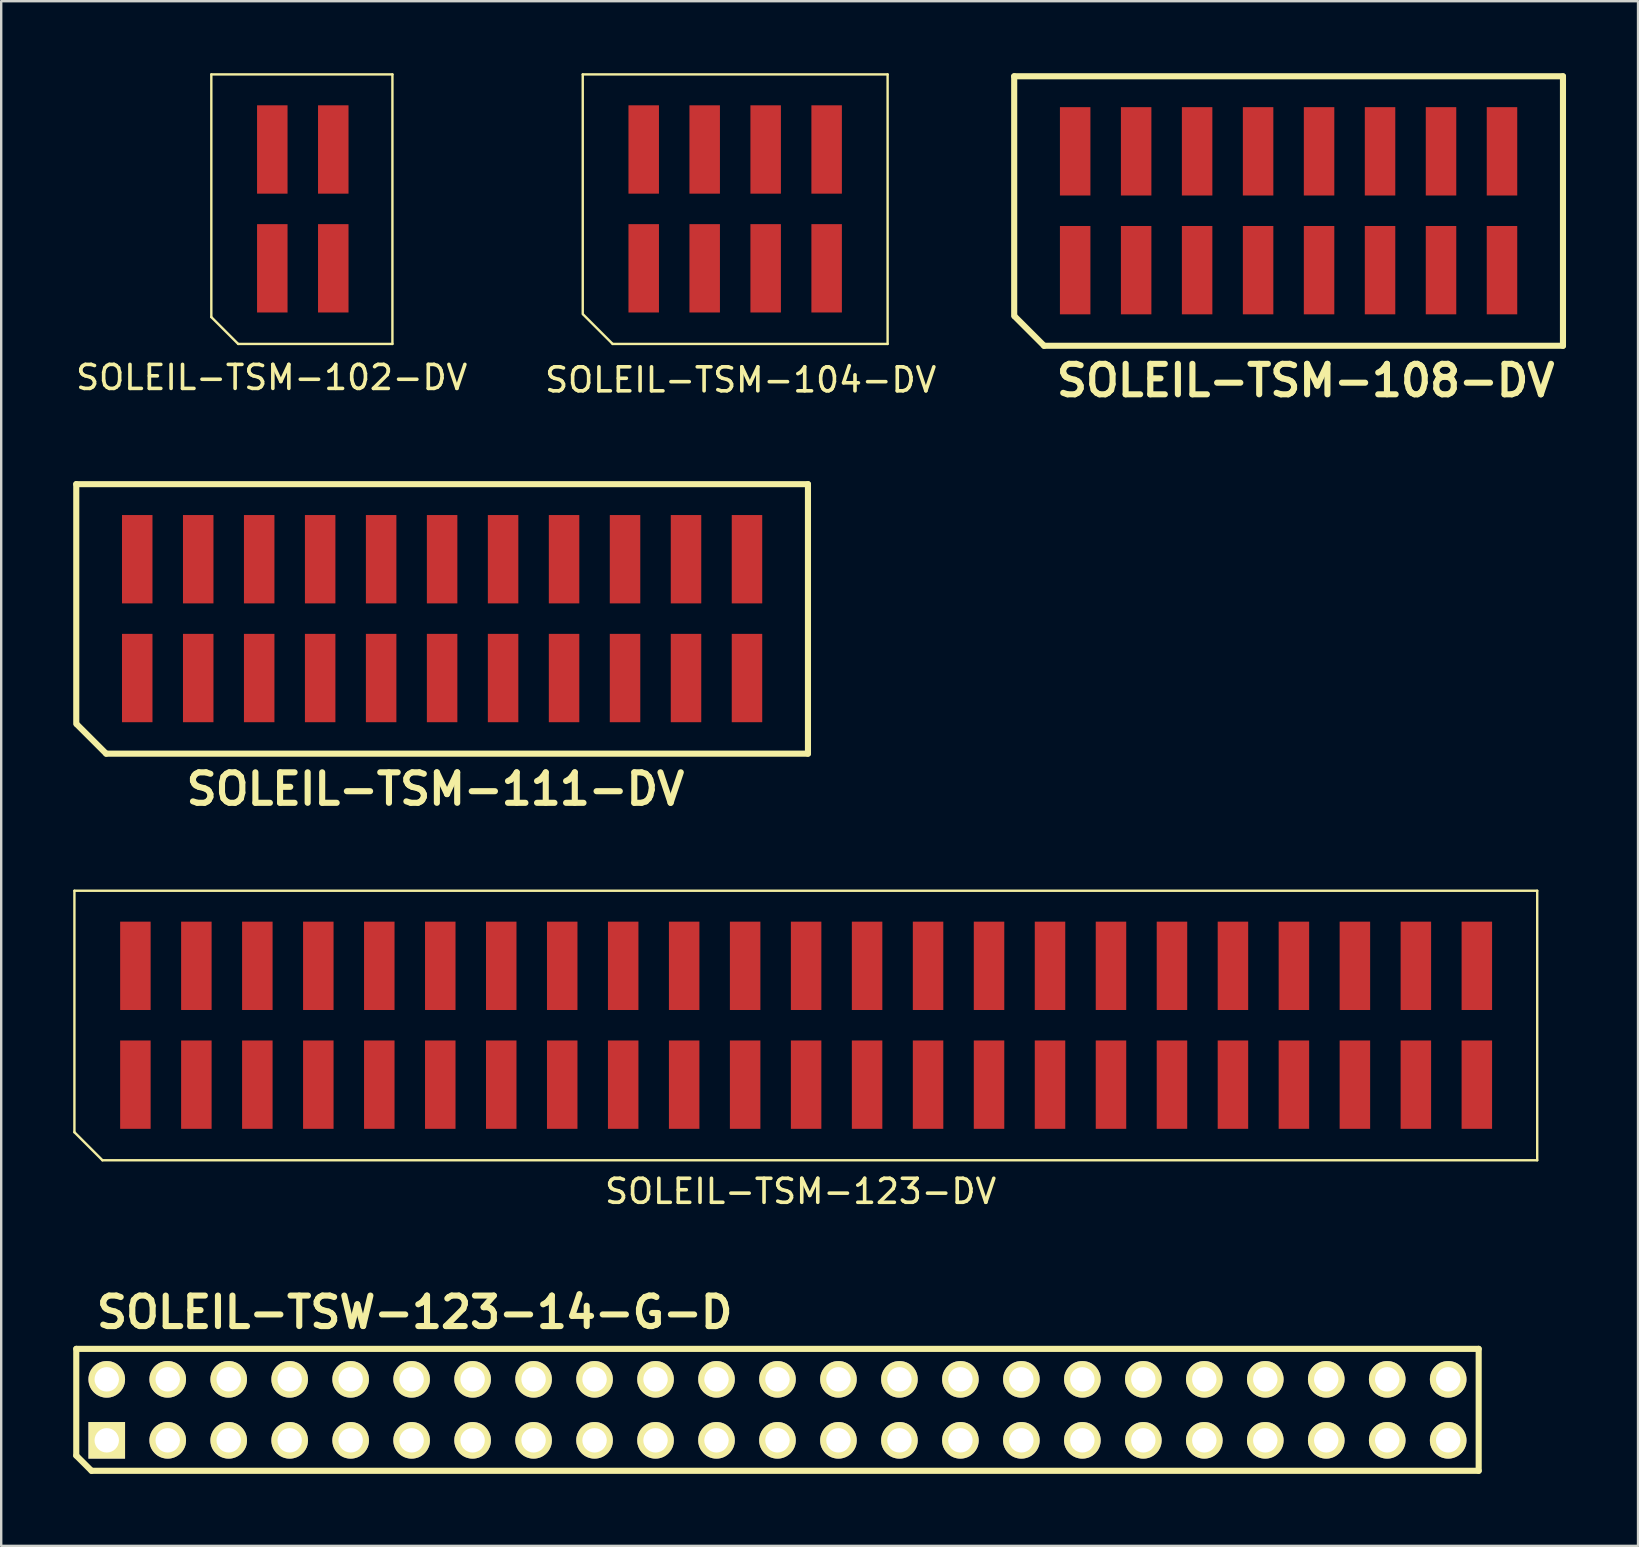
<source format=kicad_pcb>
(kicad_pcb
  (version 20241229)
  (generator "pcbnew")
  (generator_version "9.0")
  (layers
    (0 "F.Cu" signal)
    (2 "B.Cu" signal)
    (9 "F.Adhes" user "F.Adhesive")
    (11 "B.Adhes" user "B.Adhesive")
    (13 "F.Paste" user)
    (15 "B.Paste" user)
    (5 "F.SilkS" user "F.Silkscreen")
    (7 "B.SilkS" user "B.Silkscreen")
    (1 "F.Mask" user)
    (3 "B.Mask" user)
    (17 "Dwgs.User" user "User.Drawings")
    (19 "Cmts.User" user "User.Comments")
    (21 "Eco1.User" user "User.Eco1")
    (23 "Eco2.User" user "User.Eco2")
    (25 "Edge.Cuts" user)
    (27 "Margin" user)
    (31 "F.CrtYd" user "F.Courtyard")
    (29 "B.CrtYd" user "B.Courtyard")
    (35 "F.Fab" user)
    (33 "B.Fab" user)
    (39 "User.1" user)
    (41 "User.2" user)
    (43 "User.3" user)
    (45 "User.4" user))
  (footprint "SOLEIL-TSM-123-DV"
    (layer "F.Cu")
    (at 2.59 42.133)
    (property "Reference" "SOLEIL-TSM-123-DV" (at 27.711 4.445 0) (layer "F.SilkS") (effects (font (size 1 1) (thickness 0.15))))
    (attr through_hole)
    (fp_line (start -2.54 -8.077) (end 58.395 -8.077) (stroke (width 0.1) (type solid)) (layer "F.SilkS"))
    (fp_line (start -2.54 1.981) (end -2.54 -8.077) (stroke (width 0.1) (type solid)) (layer "F.SilkS"))
    (fp_line (start -2.54 1.981) (end -1.372 3.15) (stroke (width 0.1) (type solid)) (layer "F.SilkS"))
    (fp_line (start -1.372 3.15) (end 58.395 3.15) (stroke (width 0.1) (type solid)) (layer "F.SilkS"))
    (fp_line (start 58.395 -8.077) (end 58.395 3.15) (stroke (width 0.1) (type solid)) (layer "F.SilkS"))
    (pad "1" smd rect (at 0 0) (size 1.27 3.68) (layers "F.Cu" "F.Mask" "F.Paste"))
    (pad "2" smd rect (at 0 -4.95) (size 1.27 3.68) (layers "F.Cu" "F.Mask" "F.Paste"))
    (pad "3" smd rect (at 2.54 0) (size 1.27 3.68) (layers "F.Cu" "F.Mask" "F.Paste"))
    (pad "4" smd rect (at 2.54 -4.95) (size 1.27 3.68) (layers "F.Cu" "F.Mask" "F.Paste"))
    (pad "5" smd rect (at 5.08 0) (size 1.27 3.68) (layers "F.Cu" "F.Mask" "F.Paste"))
    (pad "6" smd rect (at 5.08 -4.95) (size 1.27 3.68) (layers "F.Cu" "F.Mask" "F.Paste"))
    (pad "7" smd rect (at 7.62 0) (size 1.27 3.68) (layers "F.Cu" "F.Mask" "F.Paste"))
    (pad "8" smd rect (at 7.62 -4.95) (size 1.27 3.68) (layers "F.Cu" "F.Mask" "F.Paste"))
    (pad "9" smd rect (at 10.16 0) (size 1.27 3.68) (layers "F.Cu" "F.Mask" "F.Paste"))
    (pad "10" smd rect (at 10.16 -4.95) (size 1.27 3.68) (layers "F.Cu" "F.Mask" "F.Paste"))
    (pad "11" smd rect (at 12.7 0) (size 1.27 3.68) (layers "F.Cu" "F.Mask" "F.Paste"))
    (pad "12" smd rect (at 12.7 -4.95) (size 1.27 3.68) (layers "F.Cu" "F.Mask" "F.Paste"))
    (pad "13" smd rect (at 15.24 0) (size 1.27 3.68) (layers "F.Cu" "F.Mask" "F.Paste"))
    (pad "14" smd rect (at 15.24 -4.95) (size 1.27 3.68) (layers "F.Cu" "F.Mask" "F.Paste"))
    (pad "15" smd rect (at 17.78 0) (size 1.27 3.68) (layers "F.Cu" "F.Mask" "F.Paste"))
    (pad "16" smd rect (at 17.78 -4.95) (size 1.27 3.68) (layers "F.Cu" "F.Mask" "F.Paste"))
    (pad "17" smd rect (at 20.32 0) (size 1.27 3.68) (layers "F.Cu" "F.Mask" "F.Paste"))
    (pad "18" smd rect (at 20.32 -4.95) (size 1.27 3.68) (layers "F.Cu" "F.Mask" "F.Paste"))
    (pad "19" smd rect (at 22.86 0) (size 1.27 3.68) (layers "F.Cu" "F.Mask" "F.Paste"))
    (pad "20" smd rect (at 22.86 -4.95) (size 1.27 3.68) (layers "F.Cu" "F.Mask" "F.Paste"))
    (pad "21" smd rect (at 25.4 0) (size 1.27 3.68) (layers "F.Cu" "F.Mask" "F.Paste"))
    (pad "22" smd rect (at 25.4 -4.95) (size 1.27 3.68) (layers "F.Cu" "F.Mask" "F.Paste"))
    (pad "23" smd rect (at 27.94 0) (size 1.27 3.68) (layers "F.Cu" "F.Mask" "F.Paste"))
    (pad "24" smd rect (at 27.94 -4.95) (size 1.27 3.68) (layers "F.Cu" "F.Mask" "F.Paste"))
    (pad "25" smd rect (at 30.48 0) (size 1.27 3.68) (layers "F.Cu" "F.Mask" "F.Paste"))
    (pad "26" smd rect (at 30.48 -4.95) (size 1.27 3.68) (layers "F.Cu" "F.Mask" "F.Paste"))
    (pad "27" smd rect (at 33.02 0) (size 1.27 3.68) (layers "F.Cu" "F.Mask" "F.Paste"))
    (pad "28" smd rect (at 33.02 -4.95) (size 1.27 3.68) (layers "F.Cu" "F.Mask" "F.Paste"))
    (pad "29" smd rect (at 35.56 0) (size 1.27 3.68) (layers "F.Cu" "F.Mask" "F.Paste"))
    (pad "30" smd rect (at 35.56 -4.95) (size 1.27 3.68) (layers "F.Cu" "F.Mask" "F.Paste"))
    (pad "31" smd rect (at 38.1 0) (size 1.27 3.68) (layers "F.Cu" "F.Mask" "F.Paste"))
    (pad "32" smd rect (at 38.1 -4.95) (size 1.27 3.68) (layers "F.Cu" "F.Mask" "F.Paste"))
    (pad "33" smd rect (at 40.64 0) (size 1.27 3.68) (layers "F.Cu" "F.Mask" "F.Paste"))
    (pad "34" smd rect (at 40.64 -4.95) (size 1.27 3.68) (layers "F.Cu" "F.Mask" "F.Paste"))
    (pad "35" smd rect (at 43.18 0) (size 1.27 3.68) (layers "F.Cu" "F.Mask" "F.Paste"))
    (pad "36" smd rect (at 43.18 -4.95) (size 1.27 3.68) (layers "F.Cu" "F.Mask" "F.Paste"))
    (pad "37" smd rect (at 45.72 0) (size 1.27 3.68) (layers "F.Cu" "F.Mask" "F.Paste"))
    (pad "38" smd rect (at 45.72 -4.95) (size 1.27 3.68) (layers "F.Cu" "F.Mask" "F.Paste"))
    (pad "39" smd rect (at 48.26 0) (size 1.27 3.68) (layers "F.Cu" "F.Mask" "F.Paste"))
    (pad "40" smd rect (at 48.26 -4.95) (size 1.27 3.68) (layers "F.Cu" "F.Mask" "F.Paste"))
    (pad "41" smd rect (at 50.8 0) (size 1.27 3.68) (layers "F.Cu" "F.Mask" "F.Paste"))
    (pad "42" smd rect (at 50.8 -4.95) (size 1.27 3.68) (layers "F.Cu" "F.Mask" "F.Paste"))
    (pad "43" smd rect (at 53.34 0) (size 1.27 3.68) (layers "F.Cu" "F.Mask" "F.Paste"))
    (pad "44" smd rect (at 53.34 -4.95) (size 1.27 3.68) (layers "F.Cu" "F.Mask" "F.Paste"))
    (pad "45" smd rect (at 55.88 0) (size 1.27 3.68) (layers "F.Cu" "F.Mask" "F.Paste"))
    (pad "46" smd rect (at 55.88 -4.95) (size 1.27 3.68) (layers "F.Cu" "F.Mask" "F.Paste")))
  (footprint "SOLEIL-TSM-102-DV"
    (layer "F.Cu")
    (at 8.293 8.127)
    (property "Reference" "SOLEIL-TSM-102-DV" (at -0.025 4.547 0) (layer "F.SilkS") (effects (font (size 1 1) (thickness 0.15))))
    (attr through_hole)
    (fp_line (start -2.54 -8.077) (end 5.004 -8.077) (stroke (width 0.1) (type solid)) (layer "F.SilkS"))
    (fp_line (start -2.54 2.032) (end -2.54 -8.077) (stroke (width 0.1) (type solid)) (layer "F.SilkS"))
    (fp_line (start -2.54 2.032) (end -1.422 3.15) (stroke (width 0.1) (type solid)) (layer "F.SilkS"))
    (fp_line (start -1.422 3.15) (end 5.004 3.15) (stroke (width 0.1) (type solid)) (layer "F.SilkS"))
    (fp_line (start 5.004 -8.077) (end 5.004 3.15) (stroke (width 0.1) (type solid)) (layer "F.SilkS"))
    (pad "1" smd rect (at 0 0) (size 1.27 3.68) (layers "F.Cu" "F.Mask" "F.Paste"))
    (pad "2" smd rect (at 0 -4.95) (size 1.27 3.68) (layers "F.Cu" "F.Mask" "F.Paste"))
    (pad "3" smd rect (at 2.54 0) (size 1.27 3.68) (layers "F.Cu" "F.Mask" "F.Paste"))
    (pad "4" smd rect (at 2.54 -4.95) (size 1.27 3.68) (layers "F.Cu" "F.Mask" "F.Paste")))
  (footprint "SOLEIL-TSM-104-DV"
    (layer "F.Cu")
    (at 23.765 8.127)
    (property "Reference" "SOLEIL-TSM-104-DV" (at 4.039 4.648 0) (layer "F.SilkS") (effects (font (size 1 1) (thickness 0.15))))
    (attr through_hole)
    (fp_line (start -2.54 -8.077) (end -2.54 1.905) (stroke (width 0.1) (type solid)) (layer "F.SilkS"))
    (fp_line (start -2.54 -8.077) (end 10.16 -8.077) (stroke (width 0.1) (type solid)) (layer "F.SilkS"))
    (fp_line (start -2.515 1.93) (end -1.295 3.15) (stroke (width 0.1) (type solid)) (layer "F.SilkS"))
    (fp_line (start -1.295 3.15) (end 10.16 3.15) (stroke (width 0.1) (type solid)) (layer "F.SilkS"))
    (fp_line (start 10.16 -8.077) (end 10.16 3.15) (stroke (width 0.1) (type solid)) (layer "F.SilkS"))
    (pad "1" smd rect (at 0 0) (size 1.27 3.68) (layers "F.Cu" "F.Mask" "F.Paste"))
    (pad "2" smd rect (at 0 -4.95) (size 1.27 3.68) (layers "F.Cu" "F.Mask" "F.Paste"))
    (pad "3" smd rect (at 2.54 0) (size 1.27 3.68) (layers "F.Cu" "F.Mask" "F.Paste"))
    (pad "4" smd rect (at 2.54 -4.95) (size 1.27 3.68) (layers "F.Cu" "F.Mask" "F.Paste"))
    (pad "5" smd rect (at 5.08 0) (size 1.27 3.68) (layers "F.Cu" "F.Mask" "F.Paste"))
    (pad "6" smd rect (at 5.08 -4.95) (size 1.27 3.68) (layers "F.Cu" "F.Mask" "F.Paste"))
    (pad "7" smd rect (at 7.62 0) (size 1.27 3.68) (layers "F.Cu" "F.Mask" "F.Paste"))
    (pad "8" smd rect (at 7.62 -4.95) (size 1.27 3.68) (layers "F.Cu" "F.Mask" "F.Paste")))
  (footprint "SOLEIL-TSM-111-DV"
    (layer "F.Cu")
    (at 2.667 25.195)
    (property "Reference" "SOLEIL-TSM-111-DV" (at 12.421 4.623 0) (layer "F.SilkS") (effects (font (size 1.27 1.27) (thickness 0.254))))
    (attr through_hole)
    (fp_line (start -2.54 -8.077) (end -2.54 1.905) (stroke (width 0.254) (type solid)) (layer "F.SilkS"))
    (fp_line (start -2.54 -8.077) (end 27.94 -8.077) (stroke (width 0.254) (type solid)) (layer "F.SilkS"))
    (fp_line (start -2.515 1.93) (end -1.295 3.15) (stroke (width 0.254) (type solid)) (layer "F.SilkS"))
    (fp_line (start -1.295 3.15) (end 27.94 3.15) (stroke (width 0.254) (type solid)) (layer "F.SilkS"))
    (fp_line (start 27.94 -8.077) (end 27.94 3.15) (stroke (width 0.254) (type solid)) (layer "F.SilkS"))
    (pad "1" smd rect (at 0 0) (size 1.27 3.68) (layers "F.Cu" "F.Mask" "F.Paste"))
    (pad "2" smd rect (at 0 -4.95) (size 1.27 3.68) (layers "F.Cu" "F.Mask" "F.Paste"))
    (pad "3" smd rect (at 2.54 0) (size 1.27 3.68) (layers "F.Cu" "F.Mask" "F.Paste"))
    (pad "4" smd rect (at 2.54 -4.95) (size 1.27 3.68) (layers "F.Cu" "F.Mask" "F.Paste"))
    (pad "5" smd rect (at 5.08 0) (size 1.27 3.68) (layers "F.Cu" "F.Mask" "F.Paste"))
    (pad "6" smd rect (at 5.08 -4.95) (size 1.27 3.68) (layers "F.Cu" "F.Mask" "F.Paste"))
    (pad "7" smd rect (at 7.62 0) (size 1.27 3.68) (layers "F.Cu" "F.Mask" "F.Paste"))
    (pad "8" smd rect (at 7.62 -4.95) (size 1.27 3.68) (layers "F.Cu" "F.Mask" "F.Paste"))
    (pad "9" smd rect (at 10.16 0) (size 1.27 3.68) (layers "F.Cu" "F.Mask" "F.Paste"))
    (pad "10" smd rect (at 10.16 -4.95) (size 1.27 3.68) (layers "F.Cu" "F.Mask" "F.Paste"))
    (pad "11" smd rect (at 12.7 0) (size 1.27 3.68) (layers "F.Cu" "F.Mask" "F.Paste"))
    (pad "12" smd rect (at 12.7 -4.95) (size 1.27 3.68) (layers "F.Cu" "F.Mask" "F.Paste"))
    (pad "13" smd rect (at 15.24 0) (size 1.27 3.68) (layers "F.Cu" "F.Mask" "F.Paste"))
    (pad "14" smd rect (at 15.24 -4.95) (size 1.27 3.68) (layers "F.Cu" "F.Mask" "F.Paste"))
    (pad "15" smd rect (at 17.78 0) (size 1.27 3.68) (layers "F.Cu" "F.Mask" "F.Paste"))
    (pad "16" smd rect (at 17.78 -4.95) (size 1.27 3.68) (layers "F.Cu" "F.Mask" "F.Paste"))
    (pad "17" smd rect (at 20.32 0) (size 1.27 3.68) (layers "F.Cu" "F.Mask" "F.Paste"))
    (pad "18" smd rect (at 20.32 -4.95) (size 1.27 3.68) (layers "F.Cu" "F.Mask" "F.Paste"))
    (pad "19" smd rect (at 22.86 0) (size 1.27 3.68) (layers "F.Cu" "F.Mask" "F.Paste"))
    (pad "20" smd rect (at 22.86 -4.95) (size 1.27 3.68) (layers "F.Cu" "F.Mask" "F.Paste"))
    (pad "21" smd rect (at 25.4 0) (size 1.27 3.68) (layers "F.Cu" "F.Mask" "F.Paste"))
    (pad "22" smd rect (at 25.4 -4.95) (size 1.27 3.68) (layers "F.Cu" "F.Mask" "F.Paste")))
  (footprint "SOLEIL-TSM-108-DV"
    (layer "F.Cu")
    (at 41.738 8.204)
    (property "Reference" "SOLEIL-TSM-108-DV" (at 9.601 4.597 0) (layer "F.SilkS") (effects (font (size 1.27 1.27) (thickness 0.254))))
    (attr through_hole)
    (fp_line (start -2.54 -8.077) (end -2.54 1.905) (stroke (width 0.254) (type solid)) (layer "F.SilkS"))
    (fp_line (start -2.54 -8.077) (end 20.32 -8.077) (stroke (width 0.254) (type solid)) (layer "F.SilkS"))
    (fp_line (start -2.515 1.93) (end -1.295 3.15) (stroke (width 0.254) (type solid)) (layer "F.SilkS"))
    (fp_line (start -1.295 3.15) (end 20.32 3.15) (stroke (width 0.254) (type solid)) (layer "F.SilkS"))
    (fp_line (start 20.32 -8.077) (end 20.32 3.15) (stroke (width 0.254) (type solid)) (layer "F.SilkS"))
    (pad "1" smd rect (at 0 0) (size 1.27 3.68) (layers "F.Cu" "F.Mask" "F.Paste"))
    (pad "2" smd rect (at 0 -4.95) (size 1.27 3.68) (layers "F.Cu" "F.Mask" "F.Paste"))
    (pad "3" smd rect (at 2.54 0) (size 1.27 3.68) (layers "F.Cu" "F.Mask" "F.Paste"))
    (pad "4" smd rect (at 2.54 -4.95) (size 1.27 3.68) (layers "F.Cu" "F.Mask" "F.Paste"))
    (pad "5" smd rect (at 5.08 0) (size 1.27 3.68) (layers "F.Cu" "F.Mask" "F.Paste"))
    (pad "6" smd rect (at 5.08 -4.95) (size 1.27 3.68) (layers "F.Cu" "F.Mask" "F.Paste"))
    (pad "7" smd rect (at 7.62 0) (size 1.27 3.68) (layers "F.Cu" "F.Mask" "F.Paste"))
    (pad "8" smd rect (at 7.62 -4.95) (size 1.27 3.68) (layers "F.Cu" "F.Mask" "F.Paste"))
    (pad "9" smd rect (at 10.16 0) (size 1.27 3.68) (layers "F.Cu" "F.Mask" "F.Paste"))
    (pad "10" smd rect (at 10.16 -4.95) (size 1.27 3.68) (layers "F.Cu" "F.Mask" "F.Paste"))
    (pad "11" smd rect (at 12.7 0) (size 1.27 3.68) (layers "F.Cu" "F.Mask" "F.Paste"))
    (pad "12" smd rect (at 12.7 -4.95) (size 1.27 3.68) (layers "F.Cu" "F.Mask" "F.Paste"))
    (pad "13" smd rect (at 15.24 0) (size 1.27 3.68) (layers "F.Cu" "F.Mask" "F.Paste"))
    (pad "14" smd rect (at 15.24 -4.95) (size 1.27 3.68) (layers "F.Cu" "F.Mask" "F.Paste"))
    (pad "15" smd rect (at 17.78 0) (size 1.27 3.68) (layers "F.Cu" "F.Mask" "F.Paste"))
    (pad "16" smd rect (at 17.78 -4.95) (size 1.27 3.68) (layers "F.Cu" "F.Mask" "F.Paste")))
  (footprint "SOLEIL-TSW-123-14-G-D"
    (layer "F.Cu")
    (at 1.397 56.949)
    (property "Reference" "SOLEIL-TSW-123-14-G-D" (at 12.827 -5.334 0) (layer "F.SilkS") (effects (font (size 1.27 1.27) (thickness 0.254))))
    (attr through_hole)
    (fp_line (start -1.27 -3.81) (end -1.27 0.635) (stroke (width 0.254) (type solid)) (layer "F.SilkS"))
    (fp_line (start -0.635 1.27) (end -1.27 0.635) (stroke (width 0.254) (type solid)) (layer "F.SilkS"))
    (fp_line (start -0.635 1.27) (end 57.15 1.27) (stroke (width 0.254) (type solid)) (layer "F.SilkS"))
    (fp_line (start 57.15 -3.81) (end -1.27 -3.81) (stroke (width 0.254) (type solid)) (layer "F.SilkS"))
    (fp_line (start 57.15 1.27) (end 57.15 -3.81) (stroke (width 0.254) (type solid)) (layer "F.SilkS"))
    (pad "1" thru_hole rect (at 0 0 180) (size 1.524 1.524) (drill 1.016) (layers "*.Cu" "*.Mask" "F.SilkS"))
    (pad "2" thru_hole circle (at 0 -2.54 180) (size 1.524 1.524) (drill 1.016) (layers "*.Cu" "*.Mask" "F.SilkS"))
    (pad "3" thru_hole circle (at 2.54 0 180) (size 1.524 1.524) (drill 1.016) (layers "*.Cu" "*.Mask" "F.SilkS"))
    (pad "4" thru_hole circle (at 2.54 -2.54 180) (size 1.524 1.524) (drill 1.016) (layers "*.Cu" "*.Mask" "F.SilkS"))
    (pad "5" thru_hole circle (at 5.08 0 180) (size 1.524 1.524) (drill 1.016) (layers "*.Cu" "*.Mask" "F.SilkS"))
    (pad "6" thru_hole circle (at 5.08 -2.54 180) (size 1.524 1.524) (drill 1.016) (layers "*.Cu" "*.Mask" "F.SilkS"))
    (pad "7" thru_hole circle (at 7.62 0 180) (size 1.524 1.524) (drill 1.016) (layers "*.Cu" "*.Mask" "F.SilkS"))
    (pad "8" thru_hole circle (at 7.62 -2.54 180) (size 1.524 1.524) (drill 1.016) (layers "*.Cu" "*.Mask" "F.SilkS"))
    (pad "9" thru_hole circle (at 10.16 0 180) (size 1.524 1.524) (drill 1.016) (layers "*.Cu" "*.Mask" "F.SilkS"))
    (pad "10" thru_hole circle (at 10.16 -2.54 180) (size 1.524 1.524) (drill 1.016) (layers "*.Cu" "*.Mask" "F.SilkS"))
    (pad "11" thru_hole circle (at 12.7 0 180) (size 1.524 1.524) (drill 1.016) (layers "*.Cu" "*.Mask" "F.SilkS"))
    (pad "12" thru_hole circle (at 12.7 -2.54 180) (size 1.524 1.524) (drill 1.016) (layers "*.Cu" "*.Mask" "F.SilkS"))
    (pad "13" thru_hole circle (at 15.24 0 180) (size 1.524 1.524) (drill 1.016) (layers "*.Cu" "*.Mask" "F.SilkS"))
    (pad "14" thru_hole circle (at 15.24 -2.54 180) (size 1.524 1.524) (drill 1.016) (layers "*.Cu" "*.Mask" "F.SilkS"))
    (pad "15" thru_hole circle (at 17.78 0 180) (size 1.524 1.524) (drill 1.016) (layers "*.Cu" "*.Mask" "F.SilkS"))
    (pad "16" thru_hole circle (at 17.78 -2.54 180) (size 1.524 1.524) (drill 1.016) (layers "*.Cu" "*.Mask" "F.SilkS"))
    (pad "17" thru_hole circle (at 20.32 0 180) (size 1.524 1.524) (drill 1.016) (layers "*.Cu" "*.Mask" "F.SilkS"))
    (pad "18" thru_hole circle (at 20.32 -2.54 180) (size 1.524 1.524) (drill 1.016) (layers "*.Cu" "*.Mask" "F.SilkS"))
    (pad "19" thru_hole circle (at 22.86 0 180) (size 1.524 1.524) (drill 1.016) (layers "*.Cu" "*.Mask" "F.SilkS"))
    (pad "20" thru_hole circle (at 22.86 -2.54 180) (size 1.524 1.524) (drill 1.016) (layers "*.Cu" "*.Mask" "F.SilkS"))
    (pad "21" thru_hole circle (at 25.4 0 180) (size 1.524 1.524) (drill 1.016) (layers "*.Cu" "*.Mask" "F.SilkS"))
    (pad "22" thru_hole circle (at 25.4 -2.54 180) (size 1.524 1.524) (drill 1.016) (layers "*.Cu" "*.Mask" "F.SilkS"))
    (pad "23" thru_hole circle (at 27.94 0 180) (size 1.524 1.524) (drill 1.016) (layers "*.Cu" "*.Mask" "F.SilkS"))
    (pad "24" thru_hole circle (at 27.94 -2.54 180) (size 1.524 1.524) (drill 1.016) (layers "*.Cu" "*.Mask" "F.SilkS"))
    (pad "25" thru_hole circle (at 30.48 0 180) (size 1.524 1.524) (drill 1.016) (layers "*.Cu" "*.Mask" "F.SilkS"))
    (pad "26" thru_hole circle (at 30.48 -2.54 180) (size 1.524 1.524) (drill 1.016) (layers "*.Cu" "*.Mask" "F.SilkS"))
    (pad "27" thru_hole circle (at 33.02 0 180) (size 1.524 1.524) (drill 1.016) (layers "*.Cu" "*.Mask" "F.SilkS"))
    (pad "28" thru_hole circle (at 33.02 -2.54 180) (size 1.524 1.524) (drill 1.016) (layers "*.Cu" "*.Mask" "F.SilkS"))
    (pad "29" thru_hole circle (at 35.56 0 180) (size 1.524 1.524) (drill 1.016) (layers "*.Cu" "*.Mask" "F.SilkS"))
    (pad "30" thru_hole circle (at 35.56 -2.54 180) (size 1.524 1.524) (drill 1.016) (layers "*.Cu" "*.Mask" "F.SilkS"))
    (pad "31" thru_hole circle (at 38.1 0 180) (size 1.524 1.524) (drill 1.016) (layers "*.Cu" "*.Mask" "F.SilkS"))
    (pad "32" thru_hole circle (at 38.1 -2.54 180) (size 1.524 1.524) (drill 1.016) (layers "*.Cu" "*.Mask" "F.SilkS"))
    (pad "33" thru_hole circle (at 40.64 0 180) (size 1.524 1.524) (drill 1.016) (layers "*.Cu" "*.Mask" "F.SilkS"))
    (pad "34" thru_hole circle (at 40.64 -2.54 180) (size 1.524 1.524) (drill 1.016) (layers "*.Cu" "*.Mask" "F.SilkS"))
    (pad "35" thru_hole circle (at 43.18 0 180) (size 1.524 1.524) (drill 1.016) (layers "*.Cu" "*.Mask" "F.SilkS"))
    (pad "36" thru_hole circle (at 43.18 -2.54 180) (size 1.524 1.524) (drill 1.016) (layers "*.Cu" "*.Mask" "F.SilkS"))
    (pad "37" thru_hole circle (at 45.72 0 180) (size 1.524 1.524) (drill 1.016) (layers "*.Cu" "*.Mask" "F.SilkS"))
    (pad "38" thru_hole circle (at 45.72 -2.54 180) (size 1.524 1.524) (drill 1.016) (layers "*.Cu" "*.Mask" "F.SilkS"))
    (pad "39" thru_hole circle (at 48.26 0 180) (size 1.524 1.524) (drill 1.016) (layers "*.Cu" "*.Mask" "F.SilkS"))
    (pad "40" thru_hole circle (at 48.26 -2.54 180) (size 1.524 1.524) (drill 1.016) (layers "*.Cu" "*.Mask" "F.SilkS"))
    (pad "41" thru_hole circle (at 50.8 0 180) (size 1.524 1.524) (drill 1.016) (layers "*.Cu" "*.Mask" "F.SilkS"))
    (pad "42" thru_hole circle (at 50.8 -2.54 180) (size 1.524 1.524) (drill 1.016) (layers "*.Cu" "*.Mask" "F.SilkS"))
    (pad "43" thru_hole circle (at 53.34 0 180) (size 1.524 1.524) (drill 1.016) (layers "*.Cu" "*.Mask" "F.SilkS"))
    (pad "44" thru_hole circle (at 53.34 -2.54 180) (size 1.524 1.524) (drill 1.016) (layers "*.Cu" "*.Mask" "F.SilkS"))
    (pad "45" thru_hole circle (at 55.88 0 180) (size 1.524 1.524) (drill 1.016) (layers "*.Cu" "*.Mask" "F.SilkS"))
    (pad "46" thru_hole circle (at 55.88 -2.54 180) (size 1.524 1.524) (drill 1.016) (layers "*.Cu" "*.Mask" "F.SilkS")))
  (gr_rect
    (start -3 -3)
    (end 65.185 61.346)
    (stroke (width 0.1) (type default))
    (fill no)
    (layer "Edge.Cuts")))
</source>
